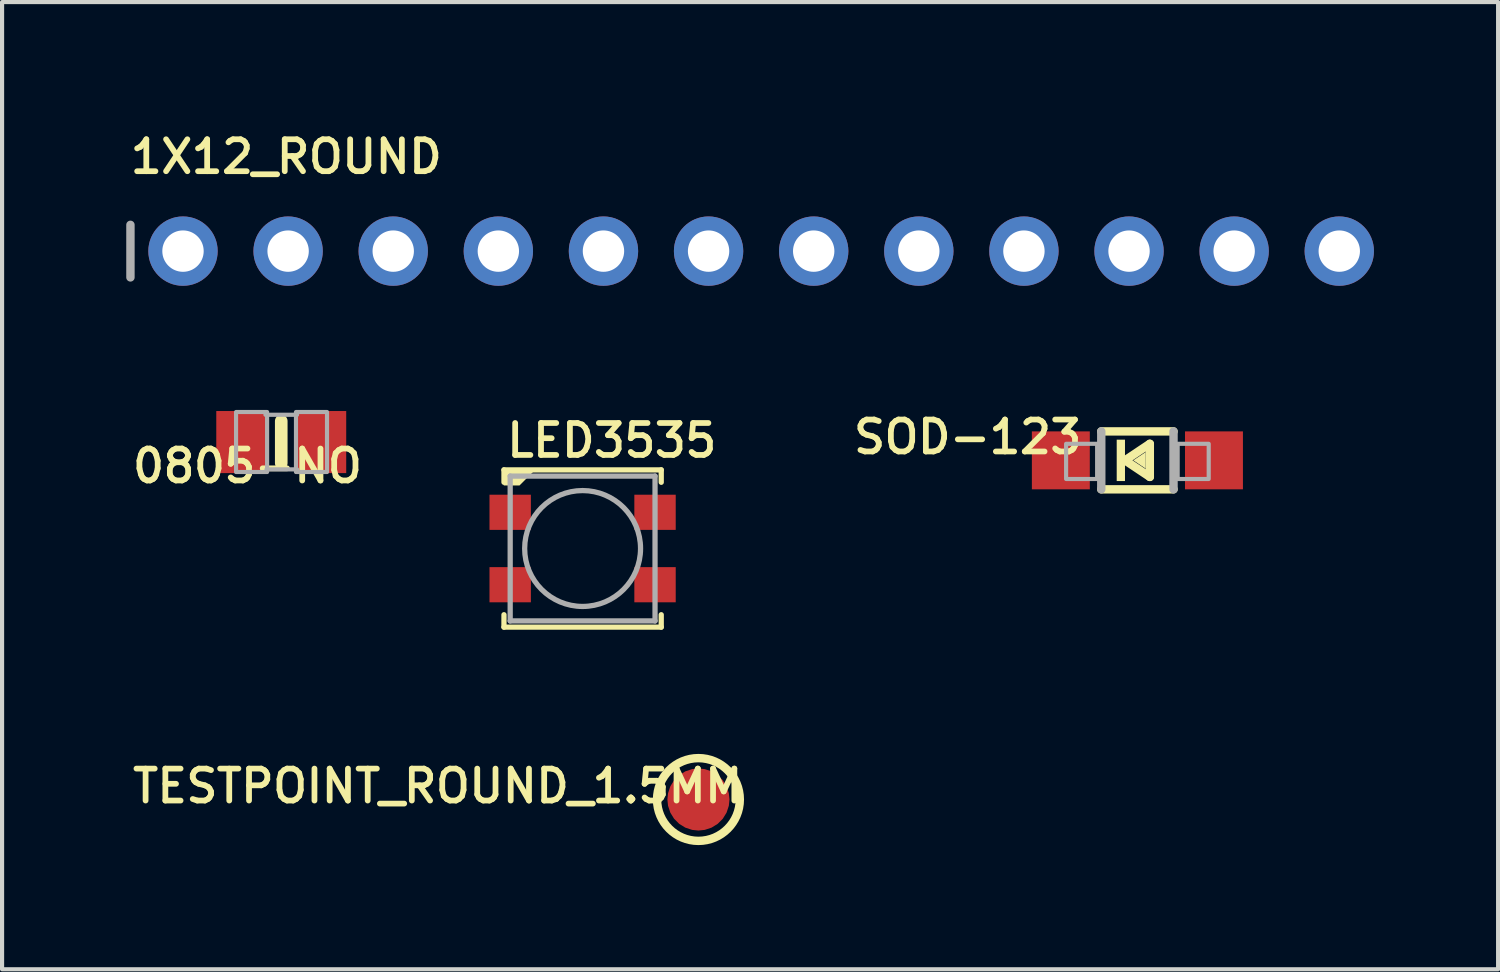
<source format=kicad_pcb>
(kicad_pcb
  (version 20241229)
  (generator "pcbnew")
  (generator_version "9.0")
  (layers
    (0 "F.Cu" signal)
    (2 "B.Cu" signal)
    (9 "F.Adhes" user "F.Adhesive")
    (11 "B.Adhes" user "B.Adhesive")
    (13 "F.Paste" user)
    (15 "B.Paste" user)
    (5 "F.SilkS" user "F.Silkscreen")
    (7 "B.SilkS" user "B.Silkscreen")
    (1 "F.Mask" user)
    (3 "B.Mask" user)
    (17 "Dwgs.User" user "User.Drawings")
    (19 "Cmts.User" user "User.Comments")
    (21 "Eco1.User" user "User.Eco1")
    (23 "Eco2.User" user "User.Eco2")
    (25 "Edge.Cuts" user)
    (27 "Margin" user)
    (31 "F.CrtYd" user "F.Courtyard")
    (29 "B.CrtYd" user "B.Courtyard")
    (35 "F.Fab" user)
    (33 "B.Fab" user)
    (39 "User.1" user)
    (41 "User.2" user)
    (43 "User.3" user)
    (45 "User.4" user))
  (footprint "SOD-123"
    (layer "F.Cu")
    (at 24.434 8.074)
    (property "Reference" "SOD-123" (at -1.27 -1.016 180) (layer "F.SilkS") (effects (font (size 0.772 0.772) (thickness 0.139)) (justify right top)))
    (attr through_hole)
    (fp_line (start -0.873 -0.7) (end 0.873 -0.7) (stroke (width 0.203) (type solid)) (layer "F.SilkS"))
    (fp_line (start -0.3 0) (end 0.3 -0.4) (stroke (width 0.203) (type solid)) (layer "F.SilkS"))
    (fp_line (start 0.3 -0.4) (end 0.3 0.4) (stroke (width 0.203) (type solid)) (layer "F.SilkS"))
    (fp_line (start 0.3 0.4) (end -0.3 0) (stroke (width 0.203) (type solid)) (layer "F.SilkS"))
    (fp_line (start 0.873 0.7) (end -0.873 0.7) (stroke (width 0.203) (type solid)) (layer "F.SilkS"))
    (fp_poly (pts (xy -0.1 0) (xy 0.2 -0.2) (xy 0.2 0.2)) (stroke (width 0) (type solid)) (fill yes) (layer "F.SilkS"))
    (fp_poly (pts (xy -0.5 0.5) (xy -0.3 0.5) (xy -0.3 -0.5) (xy -0.5 -0.5)) (stroke (width 0) (type solid)) (fill yes) (layer "F.SilkS"))
    (fp_line (start -0.873 0.7) (end -0.873 -0.7) (stroke (width 0.203) (type solid)) (layer "F.Fab"))
    (fp_line (start 0.873 -0.7) (end 0.873 0.7) (stroke (width 0.203) (type solid)) (layer "F.Fab"))
    (fp_poly (pts (xy -1.723 0.45) (xy -0.973 0.45) (xy -0.973 -0.4) (xy -1.723 -0.4)) (stroke (width 0.1) (type solid)) (fill no) (layer "F.Fab"))
    (fp_poly (pts (xy 0.973 0.45) (xy 1.723 0.45) (xy 1.723 -0.4) (xy 0.973 -0.4)) (stroke (width 0.1) (type solid)) (fill no) (layer "F.Fab"))
    (pad "A" smd rect (at 1.85 0 90) (size 1.4 1.4) (layers "F.Cu" "F.Mask" "F.Paste"))
    (pad "C" smd rect (at -1.85 0 90) (size 1.4 1.4) (layers "F.Cu" "F.Mask" "F.Paste")))
  (footprint "1X12_ROUND"
    (layer "F.Cu")
    (at 15.342 3.018)
    (property "Reference" "1X12_ROUND" (at -15.316 -1.829 0) (layer "F.SilkS") (effects (font (size 0.772 0.772) (thickness 0.139)) (justify left bottom)))
    (attr through_hole)
    (fp_line (start -15.24 -0.635) (end -15.24 0.635) (stroke (width 0.203) (type solid)) (layer "F.Fab"))
    (fp_poly (pts (xy -14.224 0.254) (xy -13.716 0.254) (xy -13.716 -0.254) (xy -14.224 -0.254)) (stroke (width 0.1) (type solid)) (fill no) (layer "F.Fab"))
    (fp_poly (pts (xy -11.684 0.254) (xy -11.176 0.254) (xy -11.176 -0.254) (xy -11.684 -0.254)) (stroke (width 0.1) (type solid)) (fill no) (layer "F.Fab"))
    (fp_poly (pts (xy -9.144 0.254) (xy -8.636 0.254) (xy -8.636 -0.254) (xy -9.144 -0.254)) (stroke (width 0.1) (type solid)) (fill no) (layer "F.Fab"))
    (fp_poly (pts (xy -6.604 0.254) (xy -6.096 0.254) (xy -6.096 -0.254) (xy -6.604 -0.254)) (stroke (width 0.1) (type solid)) (fill no) (layer "F.Fab"))
    (fp_poly (pts (xy -4.064 0.254) (xy -3.556 0.254) (xy -3.556 -0.254) (xy -4.064 -0.254)) (stroke (width 0.1) (type solid)) (fill no) (layer "F.Fab"))
    (fp_poly (pts (xy -1.524 0.254) (xy -1.016 0.254) (xy -1.016 -0.254) (xy -1.524 -0.254)) (stroke (width 0.1) (type solid)) (fill no) (layer "F.Fab"))
    (fp_poly (pts (xy 1.016 0.254) (xy 1.524 0.254) (xy 1.524 -0.254) (xy 1.016 -0.254)) (stroke (width 0.1) (type solid)) (fill no) (layer "F.Fab"))
    (fp_poly (pts (xy 3.556 0.254) (xy 4.064 0.254) (xy 4.064 -0.254) (xy 3.556 -0.254)) (stroke (width 0.1) (type solid)) (fill no) (layer "F.Fab"))
    (fp_poly (pts (xy 6.096 0.254) (xy 6.604 0.254) (xy 6.604 -0.254) (xy 6.096 -0.254)) (stroke (width 0.1) (type solid)) (fill no) (layer "F.Fab"))
    (fp_poly (pts (xy 8.636 0.254) (xy 9.144 0.254) (xy 9.144 -0.254) (xy 8.636 -0.254)) (stroke (width 0.1) (type solid)) (fill no) (layer "F.Fab"))
    (fp_poly (pts (xy 11.176 0.254) (xy 11.684 0.254) (xy 11.684 -0.254) (xy 11.176 -0.254)) (stroke (width 0.1) (type solid)) (fill no) (layer "F.Fab"))
    (fp_poly (pts (xy 13.716 0.254) (xy 14.224 0.254) (xy 14.224 -0.254) (xy 13.716 -0.254)) (stroke (width 0.1) (type solid)) (fill no) (layer "F.Fab"))
    (pad "1" thru_hole circle (at -13.97 0 90) (size 1.676 1.676) (drill 1) (layers "*.Cu" "*.Mask"))
    (pad "2" thru_hole circle (at -11.43 0 90) (size 1.676 1.676) (drill 1) (layers "*.Cu" "*.Mask"))
    (pad "3" thru_hole circle (at -8.89 0 90) (size 1.676 1.676) (drill 1) (layers "*.Cu" "*.Mask"))
    (pad "4" thru_hole circle (at -6.35 0 90) (size 1.676 1.676) (drill 1) (layers "*.Cu" "*.Mask"))
    (pad "5" thru_hole circle (at -3.81 0 90) (size 1.676 1.676) (drill 1) (layers "*.Cu" "*.Mask"))
    (pad "6" thru_hole circle (at -1.27 0 90) (size 1.676 1.676) (drill 1) (layers "*.Cu" "*.Mask"))
    (pad "7" thru_hole circle (at 1.27 0 90) (size 1.676 1.676) (drill 1) (layers "*.Cu" "*.Mask"))
    (pad "8" thru_hole circle (at 3.81 0 90) (size 1.676 1.676) (drill 1) (layers "*.Cu" "*.Mask"))
    (pad "9" thru_hole circle (at 6.35 0 90) (size 1.676 1.676) (drill 1) (layers "*.Cu" "*.Mask"))
    (pad "10" thru_hole circle (at 8.89 0 90) (size 1.676 1.676) (drill 1) (layers "*.Cu" "*.Mask"))
    (pad "11" thru_hole circle (at 11.43 0 90) (size 1.676 1.676) (drill 1) (layers "*.Cu" "*.Mask"))
    (pad "12" thru_hole circle (at 13.97 0 90) (size 1.676 1.676) (drill 1) (layers "*.Cu" "*.Mask")))
  (footprint "0805-NO"
    (layer "F.Cu")
    (at 3.746 7.632)
    (property "Reference" "0805-NO" (at 2.032 0.127 180) (layer "F.SilkS") (effects (font (size 0.772 0.772) (thickness 0.139)) (justify right top)))
    (attr through_hole)
    (fp_line (start 0 -0.508) (end 0 0.508) (stroke (width 0.305) (type solid)) (layer "F.SilkS"))
    (fp_line (start -0.381 -0.66) (end 0.381 -0.66) (stroke (width 0.102) (type solid)) (layer "F.Fab"))
    (fp_line (start -0.356 0.66) (end 0.381 0.66) (stroke (width 0.102) (type solid)) (layer "F.Fab"))
    (fp_poly (pts (xy -1.092 0.724) (xy -0.342 0.724) (xy -0.342 -0.726) (xy -1.092 -0.726)) (stroke (width 0.1) (type solid)) (fill no) (layer "F.Fab"))
    (fp_poly (pts (xy 0.356 0.724) (xy 1.106 0.724) (xy 1.106 -0.726) (xy 0.356 -0.726)) (stroke (width 0.1) (type solid)) (fill no) (layer "F.Fab"))
    (pad "1" smd rect (at -0.95 0) (size 1.24 1.5) (layers "F.Cu" "F.Mask" "F.Paste"))
    (pad "2" smd rect (at 0.95 0) (size 1.24 1.5) (layers "F.Cu" "F.Mask" "F.Paste")))
  (footprint "TESTPOINT_ROUND_1.5MM"
    (layer "F.Cu")
    (at 13.827 16.269)
    (property "Reference" "TESTPOINT_ROUND_1.5MM" (at 1.143 0.127 180) (layer "F.SilkS") (effects (font (size 0.772 0.772) (thickness 0.139)) (justify right bottom)))
    (attr through_hole)
    (fp_circle (center 0 0) (end 1 0) (stroke (width 0.203) (type solid)) (fill no) (layer "F.SilkS"))
    (pad "P$1" smd roundrect (at 0 0) (size 1.5 1.5) (layers "F.Cu" "F.Mask") (roundrect_rratio 0.5)))
  (footprint "LED3535"
    (layer "F.Cu")
    (at 11.028 10.204)
    (property "Reference" "LED3535" (at -1.905 -2.159 0) (layer "F.SilkS") (effects (font (size 0.772 0.772) (thickness 0.139)) (justify left bottom)))
    (attr through_hole)
    (fp_line (start -1.9 -1.9) (end 1.9 -1.9) (stroke (width 0.127) (type solid)) (layer "F.SilkS"))
    (fp_line (start -1.9 -1.6) (end -1.9 -1.9) (stroke (width 0.127) (type solid)) (layer "F.SilkS"))
    (fp_line (start -1.9 1.6) (end -1.9 1.9) (stroke (width 0.127) (type solid)) (layer "F.SilkS"))
    (fp_line (start -1.9 1.9) (end 1.9 1.9) (stroke (width 0.127) (type solid)) (layer "F.SilkS"))
    (fp_line (start 1.9 -1.9) (end 1.9 -1.6) (stroke (width 0.127) (type solid)) (layer "F.SilkS"))
    (fp_line (start 1.9 1.9) (end 1.9 1.6) (stroke (width 0.127) (type solid)) (layer "F.SilkS"))
    (fp_poly (pts (xy -1.905 -1.905) (xy -1.905 -1.524) (xy -1.524 -1.524) (xy -1.143 -1.905)) (stroke (width 0) (type solid)) (fill yes) (layer "F.SilkS"))
    (fp_line (start -1.75 -1.75) (end 1.75 -1.75) (stroke (width 0.127) (type solid)) (layer "F.Fab"))
    (fp_line (start -1.75 1.75) (end -1.75 -1.75) (stroke (width 0.127) (type solid)) (layer "F.Fab"))
    (fp_line (start 1.75 -1.75) (end 1.75 1.75) (stroke (width 0.127) (type solid)) (layer "F.Fab"))
    (fp_line (start 1.75 1.75) (end -1.75 1.75) (stroke (width 0.127) (type solid)) (layer "F.Fab"))
    (fp_circle (center 0 0) (end 1.4 0) (stroke (width 0.127) (type solid)) (fill no) (layer "F.Fab"))
    (pad "1" smd rect (at -1.75 -0.875 90) (size 0.85 1) (layers "F.Cu" "F.Mask" "F.Paste"))
    (pad "2" smd rect (at -1.75 0.875 90) (size 0.85 1) (layers "F.Cu" "F.Mask" "F.Paste"))
    (pad "3" smd rect (at 1.75 0.875 90) (size 0.85 1) (layers "F.Cu" "F.Mask" "F.Paste"))
    (pad "4" smd rect (at 1.75 -0.875 90) (size 0.85 1) (layers "F.Cu" "F.Mask" "F.Paste")))
  (gr_rect
    (start -3 -3)
    (end 33.15 20.371)
    (stroke (width 0.1) (type default))
    (fill no)
    (layer "Edge.Cuts")))
</source>
